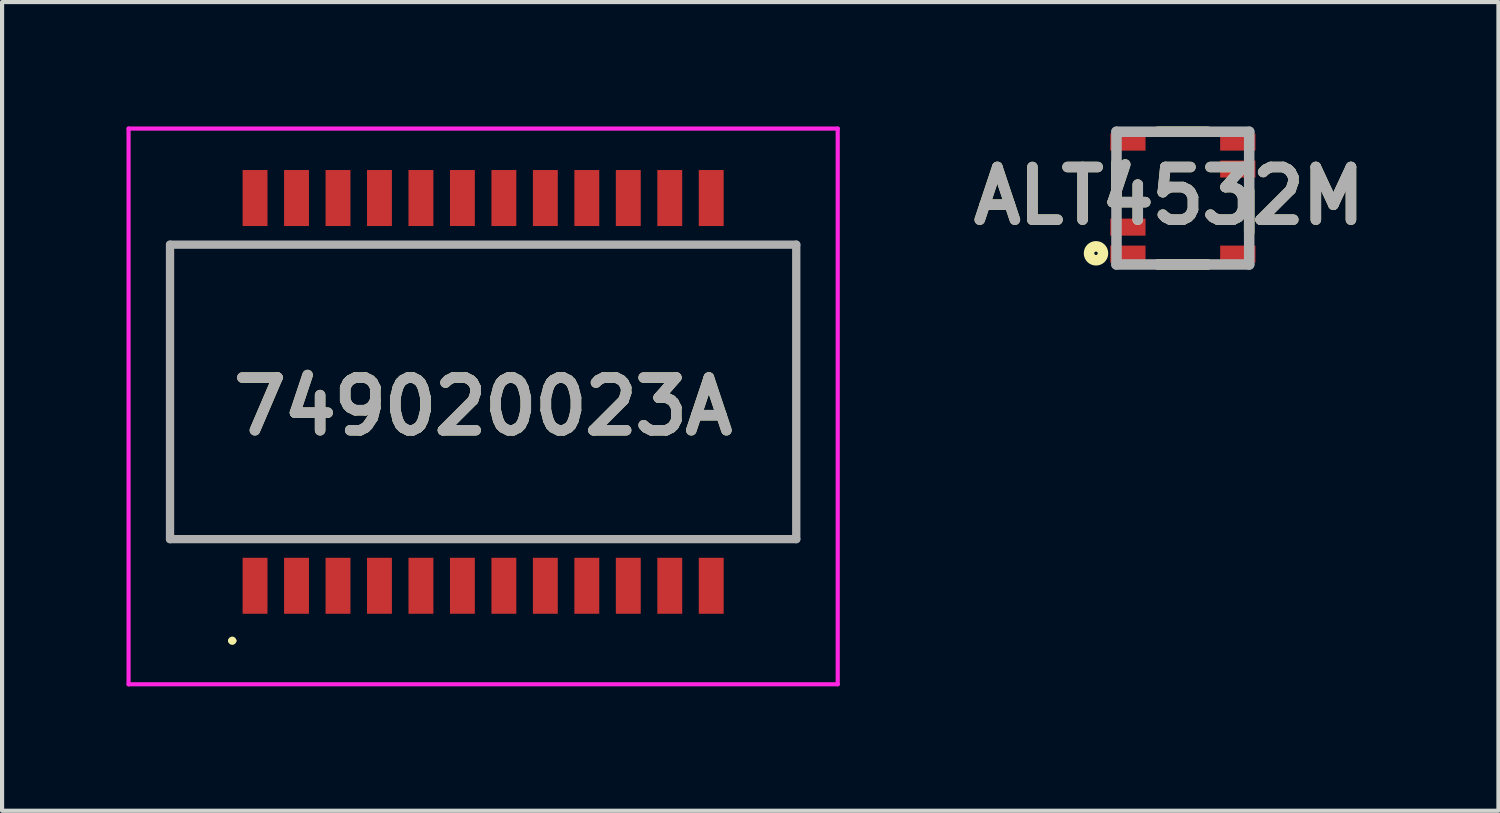
<source format=kicad_pcb>
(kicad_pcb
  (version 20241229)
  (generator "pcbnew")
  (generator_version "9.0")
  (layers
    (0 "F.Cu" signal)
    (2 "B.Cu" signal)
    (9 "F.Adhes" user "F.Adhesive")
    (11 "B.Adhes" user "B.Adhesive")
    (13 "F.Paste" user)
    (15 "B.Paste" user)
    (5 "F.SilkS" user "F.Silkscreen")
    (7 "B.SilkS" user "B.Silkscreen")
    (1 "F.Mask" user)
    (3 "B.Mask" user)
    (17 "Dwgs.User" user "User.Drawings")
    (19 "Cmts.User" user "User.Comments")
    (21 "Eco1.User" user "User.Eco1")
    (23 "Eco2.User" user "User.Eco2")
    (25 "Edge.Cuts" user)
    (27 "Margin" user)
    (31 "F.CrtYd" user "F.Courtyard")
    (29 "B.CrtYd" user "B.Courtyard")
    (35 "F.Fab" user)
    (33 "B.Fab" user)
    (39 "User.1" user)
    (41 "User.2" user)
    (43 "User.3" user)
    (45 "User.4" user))
  (footprint "749020023A"
    (layer "F.Cu")
    (at 8.6 6.4)
    (property "Reference" "749020023A" (at 0 0.35 0) (layer "F.SilkS") (effects (font (size 1.27 1.27) (thickness 0.254))))
    (attr smd)
    (fp_line (start -7.55 -3.55) (end 7.55 -3.55) (stroke (width 0.1) (type solid)) (layer "F.SilkS"))
    (fp_line (start -7.55 3.55) (end -7.55 -3.55) (stroke (width 0.1) (type solid)) (layer "F.SilkS"))
    (fp_line (start -6.1 6) (end -6.1 6) (stroke (width 0.1) (type solid)) (layer "F.SilkS"))
    (fp_line (start -6 6) (end -6 6) (stroke (width 0.1) (type solid)) (layer "F.SilkS"))
    (fp_line (start 7.55 -3.55) (end 7.55 3.55) (stroke (width 0.1) (type solid)) (layer "F.SilkS"))
    (fp_line (start 7.55 3.55) (end -7.55 3.55) (stroke (width 0.1) (type solid)) (layer "F.SilkS"))
    (fp_arc (start -6.1 6) (mid -6.05 5.95) (end -6 6) (stroke (width 0.1) (type solid)) (layer "F.SilkS"))
    (fp_arc (start -6 6) (mid -6.05 6.05) (end -6.1 6) (stroke (width 0.1) (type solid)) (layer "F.SilkS"))
    (fp_line (start -8.55 -6.35) (end 8.55 -6.35) (stroke (width 0.1) (type solid)) (layer "F.CrtYd"))
    (fp_line (start -8.55 7.05) (end -8.55 -6.35) (stroke (width 0.1) (type solid)) (layer "F.CrtYd"))
    (fp_line (start 8.55 -6.35) (end 8.55 7.05) (stroke (width 0.1) (type solid)) (layer "F.CrtYd"))
    (fp_line (start 8.55 7.05) (end -8.55 7.05) (stroke (width 0.1) (type solid)) (layer "F.CrtYd"))
    (fp_line (start -7.55 -3.55) (end 7.55 -3.55) (stroke (width 0.2) (type solid)) (layer "F.Fab"))
    (fp_line (start -7.55 3.55) (end -7.55 -3.55) (stroke (width 0.2) (type solid)) (layer "F.Fab"))
    (fp_line (start 7.55 -3.55) (end 7.55 3.55) (stroke (width 0.2) (type solid)) (layer "F.Fab"))
    (fp_line (start 7.55 3.55) (end -7.55 3.55) (stroke (width 0.2) (type solid)) (layer "F.Fab"))
    (fp_text user "${REFERENCE}" (at 0 0.35 0) (layer "F.Fab") (effects (font (size 1.27 1.27) (thickness 0.254))))
    (pad "1" smd rect (at -5.5 4.675) (size 0.6 1.35) (layers "F.Cu" "F.Mask" "F.Paste"))
    (pad "2" smd rect (at -4.5 4.675) (size 0.6 1.35) (layers "F.Cu" "F.Mask" "F.Paste"))
    (pad "3" smd rect (at -3.5 4.675) (size 0.6 1.35) (layers "F.Cu" "F.Mask" "F.Paste"))
    (pad "4" smd rect (at -2.5 4.675) (size 0.6 1.35) (layers "F.Cu" "F.Mask" "F.Paste"))
    (pad "5" smd rect (at -1.5 4.675) (size 0.6 1.35) (layers "F.Cu" "F.Mask" "F.Paste"))
    (pad "6" smd rect (at -0.5 4.675) (size 0.6 1.35) (layers "F.Cu" "F.Mask" "F.Paste"))
    (pad "7" smd rect (at 0.5 4.675) (size 0.6 1.35) (layers "F.Cu" "F.Mask" "F.Paste"))
    (pad "8" smd rect (at 1.5 4.675) (size 0.6 1.35) (layers "F.Cu" "F.Mask" "F.Paste"))
    (pad "9" smd rect (at 2.5 4.675) (size 0.6 1.35) (layers "F.Cu" "F.Mask" "F.Paste"))
    (pad "10" smd rect (at 3.5 4.675) (size 0.6 1.35) (layers "F.Cu" "F.Mask" "F.Paste"))
    (pad "11" smd rect (at 4.5 4.675) (size 0.6 1.35) (layers "F.Cu" "F.Mask" "F.Paste"))
    (pad "12" smd rect (at 5.5 4.675) (size 0.6 1.35) (layers "F.Cu" "F.Mask" "F.Paste"))
    (pad "13" smd rect (at 5.5 -4.675) (size 0.6 1.35) (layers "F.Cu" "F.Mask" "F.Paste"))
    (pad "14" smd rect (at 4.5 -4.675) (size 0.6 1.35) (layers "F.Cu" "F.Mask" "F.Paste"))
    (pad "15" smd rect (at 3.5 -4.675) (size 0.6 1.35) (layers "F.Cu" "F.Mask" "F.Paste"))
    (pad "16" smd rect (at 2.5 -4.675) (size 0.6 1.35) (layers "F.Cu" "F.Mask" "F.Paste"))
    (pad "17" smd rect (at 1.5 -4.675) (size 0.6 1.35) (layers "F.Cu" "F.Mask" "F.Paste"))
    (pad "18" smd rect (at 0.5 -4.675) (size 0.6 1.35) (layers "F.Cu" "F.Mask" "F.Paste"))
    (pad "19" smd rect (at -0.5 -4.675) (size 0.6 1.35) (layers "F.Cu" "F.Mask" "F.Paste"))
    (pad "20" smd rect (at -1.5 -4.675) (size 0.6 1.35) (layers "F.Cu" "F.Mask" "F.Paste"))
    (pad "21" smd rect (at -2.5 -4.675) (size 0.6 1.35) (layers "F.Cu" "F.Mask" "F.Paste"))
    (pad "22" smd rect (at -3.5 -4.675) (size 0.6 1.35) (layers "F.Cu" "F.Mask" "F.Paste"))
    (pad "23" smd rect (at -4.5 -4.675) (size 0.6 1.35) (layers "F.Cu" "F.Mask" "F.Paste"))
    (pad "24" smd rect (at -5.5 -4.675) (size 0.6 1.35) (layers "F.Cu" "F.Mask" "F.Paste")))
  (footprint "ALT4532M"
    (layer "F.Cu")
    (at 25.472 1.727)
    (property "Reference" "ALT4532M" (at -0.331 -0.054 0) (layer "F.SilkS") (effects (font (size 1.27 1.27) (thickness 0.254))))
    (attr smd)
    (fp_line (start -1.6 -0.85) (end -1.6 0.17) (stroke (width 0.254) (type solid)) (layer "F.SilkS"))
    (fp_line (start -0.6 -1.6) (end 0.6 -1.6) (stroke (width 0.254) (type solid)) (layer "F.SilkS"))
    (fp_line (start -0.6 1.6) (end 0.6 1.6) (stroke (width 0.254) (type solid)) (layer "F.SilkS"))
    (fp_line (start 1.6 -0.175) (end 1.6 0.82) (stroke (width 0.254) (type solid)) (layer "F.SilkS"))
    (fp_circle (center -2.094 1.331) (end -2.094 1.372) (stroke (width 0.254) (type solid)) (fill no) (layer "F.SilkS"))
    (fp_line (start -1.6 -1.6) (end 1.6 -1.6) (stroke (width 0.254) (type solid)) (layer "F.Fab"))
    (fp_line (start -1.6 1.6) (end -1.6 -1.6) (stroke (width 0.254) (type solid)) (layer "F.Fab"))
    (fp_line (start 1.6 -1.6) (end 1.6 1.6) (stroke (width 0.254) (type solid)) (layer "F.Fab"))
    (fp_line (start 1.6 1.6) (end -1.6 1.6) (stroke (width 0.254) (type solid)) (layer "F.Fab"))
    (fp_text user "${REFERENCE}" (at -0.331 -0.054 0) (layer "F.Fab") (effects (font (size 1.27 1.27) (thickness 0.254))))
    (pad "1" smd rect (at -1.325 1.35 90) (size 0.41 0.85) (layers "F.Cu" "F.Mask" "F.Paste"))
    (pad "2" smd rect (at -1.325 0.7 90) (size 0.41 0.85) (layers "F.Cu" "F.Mask" "F.Paste"))
    (pad "3" smd rect (at -1.325 -1.35 90) (size 0.41 0.85) (layers "F.Cu" "F.Mask" "F.Paste"))
    (pad "4" smd rect (at 1.325 -1.35 90) (size 0.41 0.85) (layers "F.Cu" "F.Mask" "F.Paste"))
    (pad "5" smd rect (at 1.325 -0.7 90) (size 0.41 0.85) (layers "F.Cu" "F.Mask" "F.Paste"))
    (pad "6" smd rect (at 1.325 1.35 90) (size 0.41 0.85) (layers "F.Cu" "F.Mask" "F.Paste")))
  (gr_rect
    (start -3 -3)
    (end 33.082 16.5)
    (stroke (width 0.1) (type default))
    (fill no)
    (layer "Edge.Cuts")))
</source>
